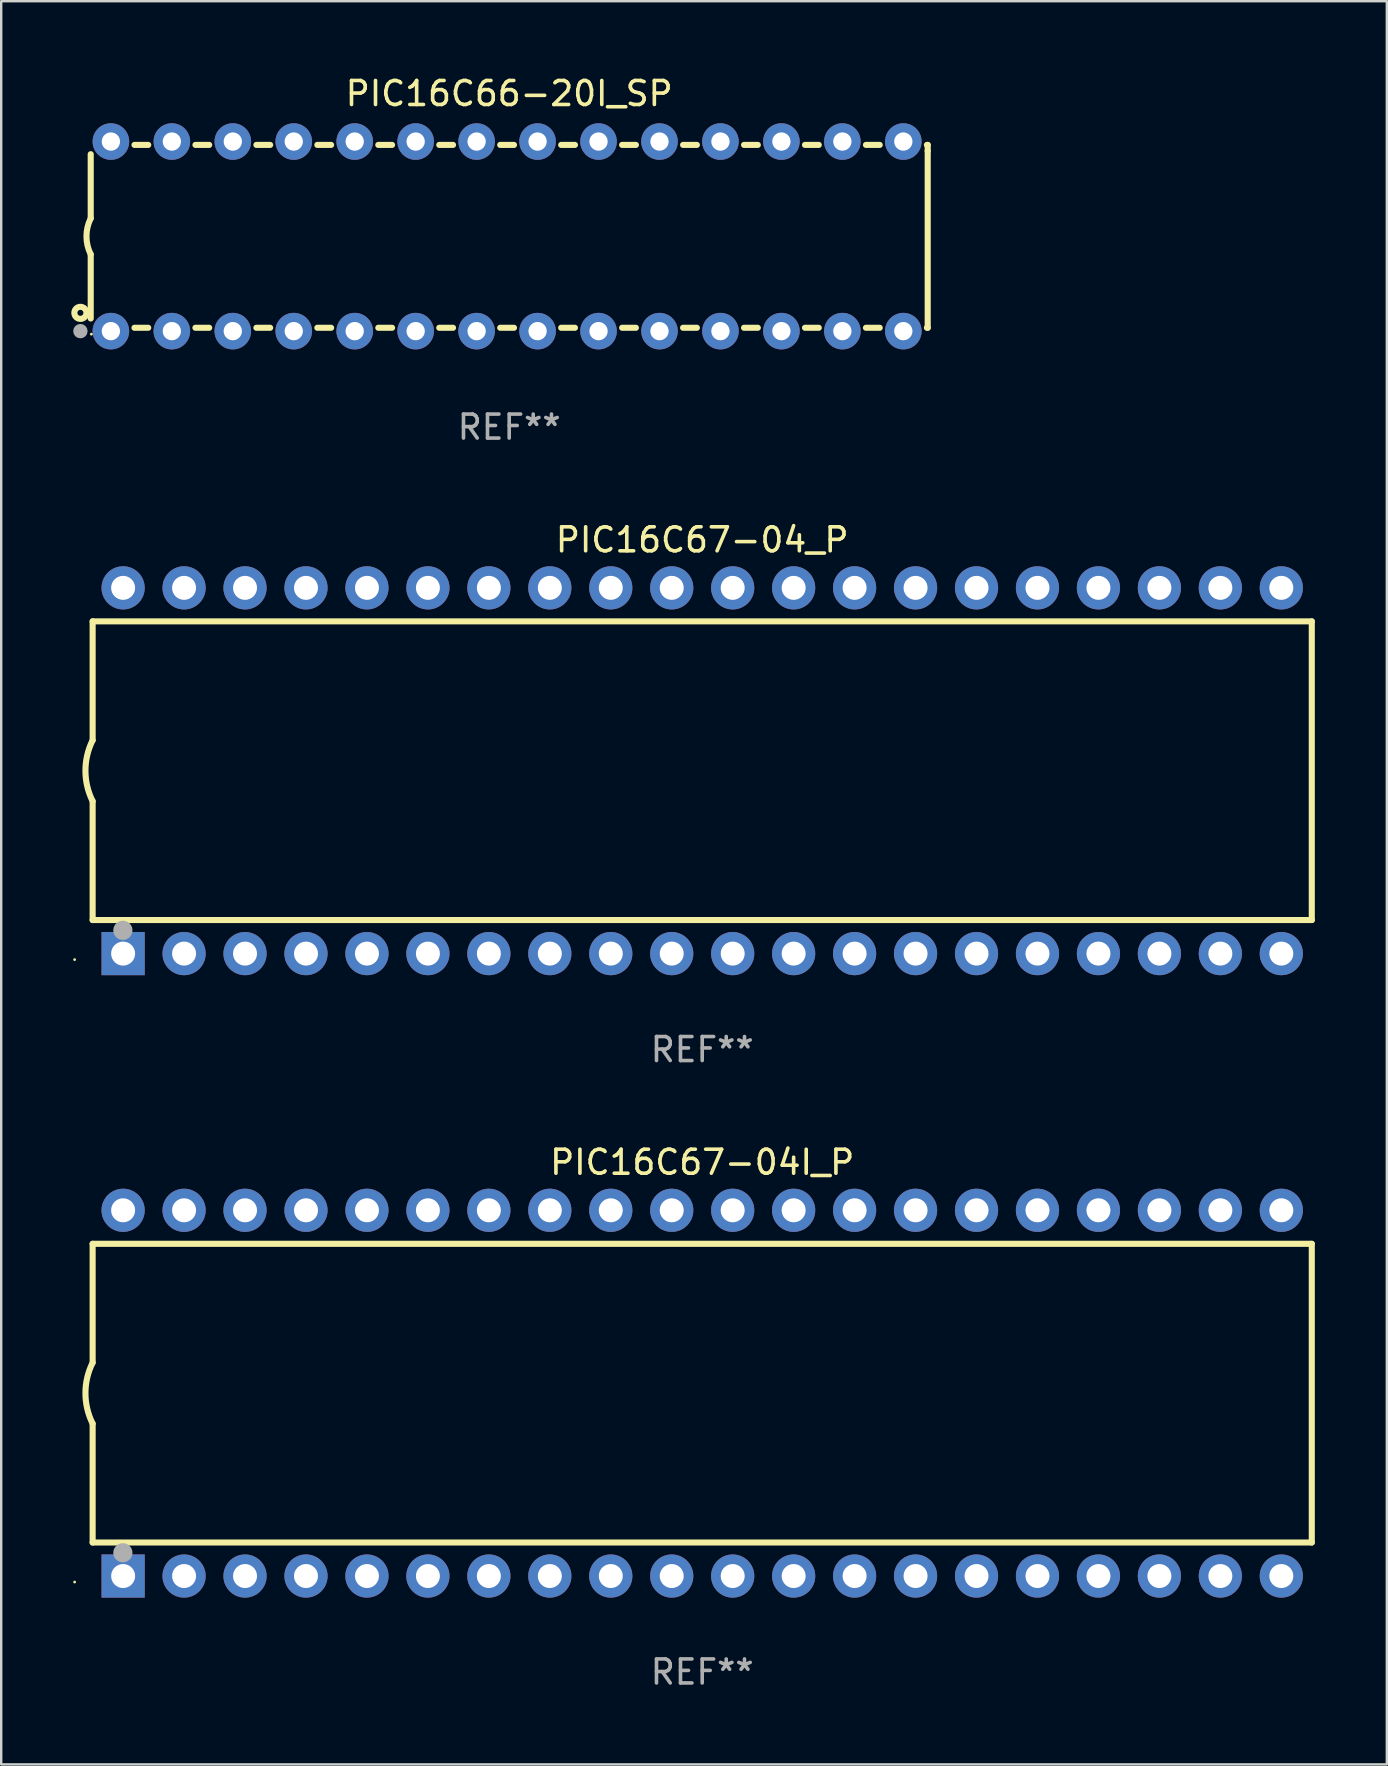
<source format=kicad_pcb>
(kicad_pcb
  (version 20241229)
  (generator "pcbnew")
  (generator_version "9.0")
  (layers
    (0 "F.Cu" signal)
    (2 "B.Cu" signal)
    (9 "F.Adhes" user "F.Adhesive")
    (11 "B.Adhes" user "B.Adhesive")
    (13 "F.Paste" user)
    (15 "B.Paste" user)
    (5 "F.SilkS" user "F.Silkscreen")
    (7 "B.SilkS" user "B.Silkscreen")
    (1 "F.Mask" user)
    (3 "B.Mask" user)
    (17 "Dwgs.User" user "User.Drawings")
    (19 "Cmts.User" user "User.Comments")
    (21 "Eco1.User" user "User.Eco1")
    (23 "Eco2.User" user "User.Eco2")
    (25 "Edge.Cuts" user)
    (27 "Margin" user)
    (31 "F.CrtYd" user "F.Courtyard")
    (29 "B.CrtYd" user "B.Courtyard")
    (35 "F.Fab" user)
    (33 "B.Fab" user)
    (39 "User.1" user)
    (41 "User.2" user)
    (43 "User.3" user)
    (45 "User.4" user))
  (footprint "PIC16C67-04_P"
    (layer "F.Cu")
    (at 26.21 29.065)
    (property "Reference" "PIC16C67-04_P" (at 0 -9.62 0) (layer "F.SilkS") (effects (font (size 1 1) (thickness 0.15))))
    (attr through_hole)
    (fp_line (start -25.4 -6.224) (end -25.4 -1.271) (stroke (width 0.254) (type solid)) (layer "F.SilkS"))
    (fp_line (start -25.4 -6.224) (end 25.4 -6.224) (stroke (width 0.254) (type solid)) (layer "F.SilkS"))
    (fp_line (start -25.4 1.269) (end -25.4 6.222) (stroke (width 0.254) (type solid)) (layer "F.SilkS"))
    (fp_line (start -25.4 6.222) (end 25.4 6.222) (stroke (width 0.254) (type solid)) (layer "F.SilkS"))
    (fp_line (start 25.4 6.222) (end 25.4 -6.224) (stroke (width 0.254) (type solid)) (layer "F.SilkS"))
    (fp_arc (start -25.4 1.269241) (mid -25.699807 -0.000762) (end -25.4 -1.270765) (stroke (width 0.254001) (type solid)) (layer "F.SilkS"))
    (fp_circle (center -26.15 7.87) (end -26.12 7.87) (stroke (width 0.06) (type solid)) (fill no) (layer "F.SilkS"))
    (fp_circle (center -24.14 6.65) (end -23.94 6.65) (stroke (width 0.4) (type solid)) (fill no) (layer "F.Fab"))
    (fp_text user "REF**" (at 0 11.62 0) (layer "F.Fab") (effects (font (size 1 1) (thickness 0.15))))
    (pad "1" thru_hole rect (at -24.13 7.62 90) (size 1.8 1.8) (drill 1) (layers "*.Cu" "*.Mask"))
    (pad "2" thru_hole circle (at -21.59 7.62) (size 1.8 1.8) (drill 1) (layers "*.Cu" "*.Mask"))
    (pad "3" thru_hole circle (at -19.05 7.62) (size 1.8 1.8) (drill 1) (layers "*.Cu" "*.Mask"))
    (pad "4" thru_hole circle (at -16.51 7.62) (size 1.8 1.8) (drill 1) (layers "*.Cu" "*.Mask"))
    (pad "5" thru_hole circle (at -13.97 7.62) (size 1.8 1.8) (drill 1) (layers "*.Cu" "*.Mask"))
    (pad "6" thru_hole circle (at -11.43 7.62) (size 1.8 1.8) (drill 1) (layers "*.Cu" "*.Mask"))
    (pad "7" thru_hole circle (at -8.89 7.62) (size 1.8 1.8) (drill 1) (layers "*.Cu" "*.Mask"))
    (pad "8" thru_hole circle (at -6.35 7.62) (size 1.8 1.8) (drill 1) (layers "*.Cu" "*.Mask"))
    (pad "9" thru_hole circle (at -3.81 7.62) (size 1.8 1.8) (drill 1) (layers "*.Cu" "*.Mask"))
    (pad "10" thru_hole circle (at -1.27 7.62) (size 1.8 1.8) (drill 1) (layers "*.Cu" "*.Mask"))
    (pad "11" thru_hole circle (at 1.27 7.62) (size 1.8 1.8) (drill 1) (layers "*.Cu" "*.Mask"))
    (pad "12" thru_hole circle (at 3.81 7.62) (size 1.8 1.8) (drill 1) (layers "*.Cu" "*.Mask"))
    (pad "13" thru_hole circle (at 6.35 7.62) (size 1.8 1.8) (drill 1) (layers "*.Cu" "*.Mask"))
    (pad "14" thru_hole circle (at 8.89 7.62) (size 1.8 1.8) (drill 1) (layers "*.Cu" "*.Mask"))
    (pad "15" thru_hole circle (at 11.43 7.62) (size 1.8 1.8) (drill 1) (layers "*.Cu" "*.Mask"))
    (pad "16" thru_hole circle (at 13.97 7.62) (size 1.8 1.8) (drill 1) (layers "*.Cu" "*.Mask"))
    (pad "17" thru_hole circle (at 16.51 7.62) (size 1.8 1.8) (drill 1) (layers "*.Cu" "*.Mask"))
    (pad "18" thru_hole circle (at 19.05 7.62) (size 1.8 1.8) (drill 1) (layers "*.Cu" "*.Mask"))
    (pad "19" thru_hole circle (at 21.59 7.62) (size 1.8 1.8) (drill 1) (layers "*.Cu" "*.Mask"))
    (pad "20" thru_hole circle (at 24.13 7.62) (size 1.8 1.8) (drill 1) (layers "*.Cu" "*.Mask"))
    (pad "21" thru_hole circle (at 24.13 -7.62) (size 1.8 1.8) (drill 1) (layers "*.Cu" "*.Mask"))
    (pad "22" thru_hole circle (at 21.59 -7.62) (size 1.8 1.8) (drill 1) (layers "*.Cu" "*.Mask"))
    (pad "23" thru_hole circle (at 19.05 -7.62) (size 1.8 1.8) (drill 1) (layers "*.Cu" "*.Mask"))
    (pad "24" thru_hole circle (at 16.51 -7.62) (size 1.8 1.8) (drill 1) (layers "*.Cu" "*.Mask"))
    (pad "25" thru_hole circle (at 13.97 -7.62) (size 1.8 1.8) (drill 1) (layers "*.Cu" "*.Mask"))
    (pad "26" thru_hole circle (at 11.43 -7.62) (size 1.8 1.8) (drill 1) (layers "*.Cu" "*.Mask"))
    (pad "27" thru_hole circle (at 8.89 -7.62) (size 1.8 1.8) (drill 1) (layers "*.Cu" "*.Mask"))
    (pad "28" thru_hole circle (at 6.35 -7.62) (size 1.8 1.8) (drill 1) (layers "*.Cu" "*.Mask"))
    (pad "29" thru_hole circle (at 3.81 -7.62) (size 1.8 1.8) (drill 1) (layers "*.Cu" "*.Mask"))
    (pad "30" thru_hole circle (at 1.27 -7.62) (size 1.8 1.8) (drill 1) (layers "*.Cu" "*.Mask"))
    (pad "31" thru_hole circle (at -1.27 -7.62) (size 1.8 1.8) (drill 1) (layers "*.Cu" "*.Mask"))
    (pad "32" thru_hole circle (at -3.81 -7.62) (size 1.8 1.8) (drill 1) (layers "*.Cu" "*.Mask"))
    (pad "33" thru_hole circle (at -6.35 -7.62) (size 1.8 1.8) (drill 1) (layers "*.Cu" "*.Mask"))
    (pad "34" thru_hole circle (at -8.89 -7.62) (size 1.8 1.8) (drill 1) (layers "*.Cu" "*.Mask"))
    (pad "35" thru_hole circle (at -11.43 -7.62) (size 1.8 1.8) (drill 1) (layers "*.Cu" "*.Mask"))
    (pad "36" thru_hole circle (at -13.97 -7.62) (size 1.8 1.8) (drill 1) (layers "*.Cu" "*.Mask"))
    (pad "37" thru_hole circle (at -16.51 -7.62) (size 1.8 1.8) (drill 1) (layers "*.Cu" "*.Mask"))
    (pad "38" thru_hole circle (at -19.05 -7.62) (size 1.8 1.8) (drill 1) (layers "*.Cu" "*.Mask"))
    (pad "39" thru_hole circle (at -21.59 -7.62) (size 1.8 1.8) (drill 1) (layers "*.Cu" "*.Mask"))
    (pad "40" thru_hole circle (at -24.13 -7.62) (size 1.8 1.8) (drill 1) (layers "*.Cu" "*.Mask")))
  (footprint "PIC16C66-20I_SP"
    (layer "F.Cu")
    (at 18.168 6.798)
    (property "Reference" "PIC16C66-20I_SP" (at 0 -5.95 0) (layer "F.SilkS") (effects (font (size 1 1) (thickness 0.15))))
    (attr through_hole)
    (fp_line (start -17.438 0.75) (end -17.438 3.423) (stroke (width 0.254) (type solid)) (layer "F.SilkS"))
    (fp_line (start -17.438 -3.423) (end -17.438 -0.75) (stroke (width 0.254) (type solid)) (layer "F.SilkS"))
    (fp_line (start -15.615 3.81) (end -15.041 3.81) (stroke (width 0.254) (type solid)) (layer "F.SilkS"))
    (fp_line (start -15.041 -3.81) (end -15.614 -3.81) (stroke (width 0.254) (type solid)) (layer "F.SilkS"))
    (fp_line (start -13.075 3.81) (end -12.501 3.81) (stroke (width 0.254) (type solid)) (layer "F.SilkS"))
    (fp_line (start -12.501 -3.81) (end -13.074 -3.81) (stroke (width 0.254) (type solid)) (layer "F.SilkS"))
    (fp_line (start -10.535 3.81) (end -9.961 3.81) (stroke (width 0.254) (type solid)) (layer "F.SilkS"))
    (fp_line (start -9.961 -3.81) (end -10.534 -3.81) (stroke (width 0.254) (type solid)) (layer "F.SilkS"))
    (fp_line (start -7.995 3.81) (end -7.421 3.81) (stroke (width 0.254) (type solid)) (layer "F.SilkS"))
    (fp_line (start -7.421 -3.81) (end -7.995 -3.81) (stroke (width 0.254) (type solid)) (layer "F.SilkS"))
    (fp_line (start -5.455 3.81) (end -4.881 3.81) (stroke (width 0.254) (type solid)) (layer "F.SilkS"))
    (fp_line (start -4.881 -3.81) (end -5.455 -3.81) (stroke (width 0.254) (type solid)) (layer "F.SilkS"))
    (fp_line (start -2.915 3.81) (end -2.341 3.81) (stroke (width 0.254) (type solid)) (layer "F.SilkS"))
    (fp_line (start -2.341 -3.81) (end -2.915 -3.81) (stroke (width 0.254) (type solid)) (layer "F.SilkS"))
    (fp_line (start -0.375 3.81) (end 0.199 3.81) (stroke (width 0.254) (type solid)) (layer "F.SilkS"))
    (fp_line (start 0.199 -3.81) (end -0.375 -3.81) (stroke (width 0.254) (type solid)) (layer "F.SilkS"))
    (fp_line (start 2.165 3.81) (end 2.739 3.81) (stroke (width 0.254) (type solid)) (layer "F.SilkS"))
    (fp_line (start 2.739 -3.81) (end 2.165 -3.81) (stroke (width 0.254) (type solid)) (layer "F.SilkS"))
    (fp_line (start 4.705 3.81) (end 5.279 3.81) (stroke (width 0.254) (type solid)) (layer "F.SilkS"))
    (fp_line (start 5.279 -3.81) (end 4.705 -3.81) (stroke (width 0.254) (type solid)) (layer "F.SilkS"))
    (fp_line (start 7.245 3.81) (end 7.819 3.81) (stroke (width 0.254) (type solid)) (layer "F.SilkS"))
    (fp_line (start 7.819 -3.81) (end 7.245 -3.81) (stroke (width 0.254) (type solid)) (layer "F.SilkS"))
    (fp_line (start 9.785 3.81) (end 10.359 3.81) (stroke (width 0.254) (type solid)) (layer "F.SilkS"))
    (fp_line (start 10.359 -3.81) (end 9.785 -3.81) (stroke (width 0.254) (type solid)) (layer "F.SilkS"))
    (fp_line (start 12.325 3.81) (end 12.899 3.81) (stroke (width 0.254) (type solid)) (layer "F.SilkS"))
    (fp_line (start 12.899 -3.81) (end 12.325 -3.81) (stroke (width 0.254) (type solid)) (layer "F.SilkS"))
    (fp_line (start 14.865 3.81) (end 15.439 3.81) (stroke (width 0.254) (type solid)) (layer "F.SilkS"))
    (fp_line (start 15.439 -3.81) (end 14.865 -3.81) (stroke (width 0.254) (type solid)) (layer "F.SilkS"))
    (fp_line (start 17.405 3.81) (end 17.438 3.81) (stroke (width 0.254) (type solid)) (layer "F.SilkS"))
    (fp_line (start 17.438 -3.81) (end 17.405 -3.81) (stroke (width 0.254) (type solid)) (layer "F.SilkS"))
    (fp_line (start 17.438 -3.556) (end 17.438 -3.81) (stroke (width 0.254) (type solid)) (layer "F.SilkS"))
    (fp_line (start 17.438 3.81) (end 17.438 -3.556) (stroke (width 0.254) (type solid)) (layer "F.SilkS"))
    (fp_arc (start -17.437986 0.749657) (mid -17.614887 -0.000024) (end -17.437783 -0.749657) (stroke (width 0.254001) (type solid)) (layer "F.SilkS"))
    (fp_circle (center -17.868 3.188) (end -17.743 3.188) (stroke (width 0.254) (type solid)) (fill no) (layer "F.SilkS"))
    (fp_circle (center -17.411 4.077) (end -17.381 4.077) (stroke (width 0.06) (type solid)) (fill no) (layer "F.SilkS"))
    (fp_circle (center -17.868 3.95) (end -17.718 3.95) (stroke (width 0.3) (type solid)) (fill no) (layer "F.Fab"))
    (fp_text user "REF**" (at 0 7.95 0) (layer "F.Fab") (effects (font (size 1 1) (thickness 0.15))))
    (pad "1" thru_hole circle (at -16.598 3.95) (size 1.524 1.524) (drill 0.762) (layers "*.Cu" "*.Mask"))
    (pad "2" thru_hole circle (at -14.058 3.95) (size 1.524 1.524) (drill 0.762) (layers "*.Cu" "*.Mask"))
    (pad "3" thru_hole circle (at -11.518 3.95) (size 1.524 1.524) (drill 0.762) (layers "*.Cu" "*.Mask"))
    (pad "4" thru_hole circle (at -8.978 3.95) (size 1.524 1.524) (drill 0.762) (layers "*.Cu" "*.Mask"))
    (pad "5" thru_hole circle (at -6.438 3.95) (size 1.524 1.524) (drill 0.762) (layers "*.Cu" "*.Mask"))
    (pad "6" thru_hole circle (at -3.898 3.95) (size 1.524 1.524) (drill 0.762) (layers "*.Cu" "*.Mask"))
    (pad "7" thru_hole circle (at -1.358 3.95) (size 1.524 1.524) (drill 0.762) (layers "*.Cu" "*.Mask"))
    (pad "8" thru_hole circle (at 1.182 3.95) (size 1.524 1.524) (drill 0.762) (layers "*.Cu" "*.Mask"))
    (pad "9" thru_hole circle (at 3.722 3.95) (size 1.524 1.524) (drill 0.762) (layers "*.Cu" "*.Mask"))
    (pad "10" thru_hole circle (at 6.262 3.95) (size 1.524 1.524) (drill 0.762) (layers "*.Cu" "*.Mask"))
    (pad "11" thru_hole circle (at 8.802 3.95) (size 1.524 1.524) (drill 0.762) (layers "*.Cu" "*.Mask"))
    (pad "12" thru_hole circle (at 11.342 3.95) (size 1.524 1.524) (drill 0.762) (layers "*.Cu" "*.Mask"))
    (pad "13" thru_hole circle (at 13.882 3.95) (size 1.524 1.524) (drill 0.762) (layers "*.Cu" "*.Mask"))
    (pad "14" thru_hole circle (at 16.422 3.95) (size 1.524 1.524) (drill 0.762) (layers "*.Cu" "*.Mask"))
    (pad "15" thru_hole circle (at 16.422 -3.95) (size 1.524 1.524) (drill 0.762) (layers "*.Cu" "*.Mask"))
    (pad "16" thru_hole circle (at 13.882 -3.95) (size 1.524 1.524) (drill 0.762) (layers "*.Cu" "*.Mask"))
    (pad "17" thru_hole circle (at 11.342 -3.95) (size 1.524 1.524) (drill 0.762) (layers "*.Cu" "*.Mask"))
    (pad "18" thru_hole circle (at 8.802 -3.95) (size 1.524 1.524) (drill 0.762) (layers "*.Cu" "*.Mask"))
    (pad "19" thru_hole circle (at 6.262 -3.95) (size 1.524 1.524) (drill 0.762) (layers "*.Cu" "*.Mask"))
    (pad "20" thru_hole circle (at 3.722 -3.95) (size 1.524 1.524) (drill 0.762) (layers "*.Cu" "*.Mask"))
    (pad "21" thru_hole circle (at 1.182 -3.95) (size 1.524 1.524) (drill 0.762) (layers "*.Cu" "*.Mask"))
    (pad "22" thru_hole circle (at -1.358 -3.95) (size 1.524 1.524) (drill 0.762) (layers "*.Cu" "*.Mask"))
    (pad "23" thru_hole circle (at -3.898 -3.95) (size 1.524 1.524) (drill 0.762) (layers "*.Cu" "*.Mask"))
    (pad "24" thru_hole circle (at -6.438 -3.95) (size 1.524 1.524) (drill 0.762) (layers "*.Cu" "*.Mask"))
    (pad "25" thru_hole circle (at -8.978 -3.95) (size 1.524 1.524) (drill 0.762) (layers "*.Cu" "*.Mask"))
    (pad "26" thru_hole circle (at -11.517 -3.95) (size 1.524 1.524) (drill 0.762) (layers "*.Cu" "*.Mask"))
    (pad "27" thru_hole circle (at -14.057 -3.95) (size 1.524 1.524) (drill 0.762) (layers "*.Cu" "*.Mask"))
    (pad "28" thru_hole circle (at -16.597 -3.95) (size 1.524 1.524) (drill 0.762) (layers "*.Cu" "*.Mask")))
  (footprint "PIC16C67-04I_P"
    (layer "F.Cu")
    (at 26.21 55.001)
    (property "Reference" "PIC16C67-04I_P" (at 0 -9.62 0) (layer "F.SilkS") (effects (font (size 1 1) (thickness 0.15))))
    (attr through_hole)
    (fp_line (start -25.4 -6.224) (end -25.4 -1.271) (stroke (width 0.254) (type solid)) (layer "F.SilkS"))
    (fp_line (start -25.4 -6.224) (end 25.4 -6.224) (stroke (width 0.254) (type solid)) (layer "F.SilkS"))
    (fp_line (start -25.4 1.269) (end -25.4 6.222) (stroke (width 0.254) (type solid)) (layer "F.SilkS"))
    (fp_line (start -25.4 6.222) (end 25.4 6.222) (stroke (width 0.254) (type solid)) (layer "F.SilkS"))
    (fp_line (start 25.4 6.222) (end 25.4 -6.224) (stroke (width 0.254) (type solid)) (layer "F.SilkS"))
    (fp_arc (start -25.4 1.269241) (mid -25.699807 -0.000762) (end -25.4 -1.270765) (stroke (width 0.254001) (type solid)) (layer "F.SilkS"))
    (fp_circle (center -26.15 7.87) (end -26.12 7.87) (stroke (width 0.06) (type solid)) (fill no) (layer "F.SilkS"))
    (fp_circle (center -24.14 6.65) (end -23.94 6.65) (stroke (width 0.4) (type solid)) (fill no) (layer "F.Fab"))
    (fp_text user "REF**" (at 0 11.62 0) (layer "F.Fab") (effects (font (size 1 1) (thickness 0.15))))
    (pad "1" thru_hole rect (at -24.13 7.62 90) (size 1.8 1.8) (drill 1) (layers "*.Cu" "*.Mask"))
    (pad "2" thru_hole circle (at -21.59 7.62) (size 1.8 1.8) (drill 1) (layers "*.Cu" "*.Mask"))
    (pad "3" thru_hole circle (at -19.05 7.62) (size 1.8 1.8) (drill 1) (layers "*.Cu" "*.Mask"))
    (pad "4" thru_hole circle (at -16.51 7.62) (size 1.8 1.8) (drill 1) (layers "*.Cu" "*.Mask"))
    (pad "5" thru_hole circle (at -13.97 7.62) (size 1.8 1.8) (drill 1) (layers "*.Cu" "*.Mask"))
    (pad "6" thru_hole circle (at -11.43 7.62) (size 1.8 1.8) (drill 1) (layers "*.Cu" "*.Mask"))
    (pad "7" thru_hole circle (at -8.89 7.62) (size 1.8 1.8) (drill 1) (layers "*.Cu" "*.Mask"))
    (pad "8" thru_hole circle (at -6.35 7.62) (size 1.8 1.8) (drill 1) (layers "*.Cu" "*.Mask"))
    (pad "9" thru_hole circle (at -3.81 7.62) (size 1.8 1.8) (drill 1) (layers "*.Cu" "*.Mask"))
    (pad "10" thru_hole circle (at -1.27 7.62) (size 1.8 1.8) (drill 1) (layers "*.Cu" "*.Mask"))
    (pad "11" thru_hole circle (at 1.27 7.62) (size 1.8 1.8) (drill 1) (layers "*.Cu" "*.Mask"))
    (pad "12" thru_hole circle (at 3.81 7.62) (size 1.8 1.8) (drill 1) (layers "*.Cu" "*.Mask"))
    (pad "13" thru_hole circle (at 6.35 7.62) (size 1.8 1.8) (drill 1) (layers "*.Cu" "*.Mask"))
    (pad "14" thru_hole circle (at 8.89 7.62) (size 1.8 1.8) (drill 1) (layers "*.Cu" "*.Mask"))
    (pad "15" thru_hole circle (at 11.43 7.62) (size 1.8 1.8) (drill 1) (layers "*.Cu" "*.Mask"))
    (pad "16" thru_hole circle (at 13.97 7.62) (size 1.8 1.8) (drill 1) (layers "*.Cu" "*.Mask"))
    (pad "17" thru_hole circle (at 16.51 7.62) (size 1.8 1.8) (drill 1) (layers "*.Cu" "*.Mask"))
    (pad "18" thru_hole circle (at 19.05 7.62) (size 1.8 1.8) (drill 1) (layers "*.Cu" "*.Mask"))
    (pad "19" thru_hole circle (at 21.59 7.62) (size 1.8 1.8) (drill 1) (layers "*.Cu" "*.Mask"))
    (pad "20" thru_hole circle (at 24.13 7.62) (size 1.8 1.8) (drill 1) (layers "*.Cu" "*.Mask"))
    (pad "21" thru_hole circle (at 24.13 -7.62) (size 1.8 1.8) (drill 1) (layers "*.Cu" "*.Mask"))
    (pad "22" thru_hole circle (at 21.59 -7.62) (size 1.8 1.8) (drill 1) (layers "*.Cu" "*.Mask"))
    (pad "23" thru_hole circle (at 19.05 -7.62) (size 1.8 1.8) (drill 1) (layers "*.Cu" "*.Mask"))
    (pad "24" thru_hole circle (at 16.51 -7.62) (size 1.8 1.8) (drill 1) (layers "*.Cu" "*.Mask"))
    (pad "25" thru_hole circle (at 13.97 -7.62) (size 1.8 1.8) (drill 1) (layers "*.Cu" "*.Mask"))
    (pad "26" thru_hole circle (at 11.43 -7.62) (size 1.8 1.8) (drill 1) (layers "*.Cu" "*.Mask"))
    (pad "27" thru_hole circle (at 8.89 -7.62) (size 1.8 1.8) (drill 1) (layers "*.Cu" "*.Mask"))
    (pad "28" thru_hole circle (at 6.35 -7.62) (size 1.8 1.8) (drill 1) (layers "*.Cu" "*.Mask"))
    (pad "29" thru_hole circle (at 3.81 -7.62) (size 1.8 1.8) (drill 1) (layers "*.Cu" "*.Mask"))
    (pad "30" thru_hole circle (at 1.27 -7.62) (size 1.8 1.8) (drill 1) (layers "*.Cu" "*.Mask"))
    (pad "31" thru_hole circle (at -1.27 -7.62) (size 1.8 1.8) (drill 1) (layers "*.Cu" "*.Mask"))
    (pad "32" thru_hole circle (at -3.81 -7.62) (size 1.8 1.8) (drill 1) (layers "*.Cu" "*.Mask"))
    (pad "33" thru_hole circle (at -6.35 -7.62) (size 1.8 1.8) (drill 1) (layers "*.Cu" "*.Mask"))
    (pad "34" thru_hole circle (at -8.89 -7.62) (size 1.8 1.8) (drill 1) (layers "*.Cu" "*.Mask"))
    (pad "35" thru_hole circle (at -11.43 -7.62) (size 1.8 1.8) (drill 1) (layers "*.Cu" "*.Mask"))
    (pad "36" thru_hole circle (at -13.97 -7.62) (size 1.8 1.8) (drill 1) (layers "*.Cu" "*.Mask"))
    (pad "37" thru_hole circle (at -16.51 -7.62) (size 1.8 1.8) (drill 1) (layers "*.Cu" "*.Mask"))
    (pad "38" thru_hole circle (at -19.05 -7.62) (size 1.8 1.8) (drill 1) (layers "*.Cu" "*.Mask"))
    (pad "39" thru_hole circle (at -21.59 -7.62) (size 1.8 1.8) (drill 1) (layers "*.Cu" "*.Mask"))
    (pad "40" thru_hole circle (at -24.13 -7.62) (size 1.8 1.8) (drill 1) (layers "*.Cu" "*.Mask")))
  (gr_rect
    (start -3 -3)
    (end 54.737 70.469)
    (stroke (width 0.1) (type default))
    (fill no)
    (layer "Edge.Cuts")))
</source>
